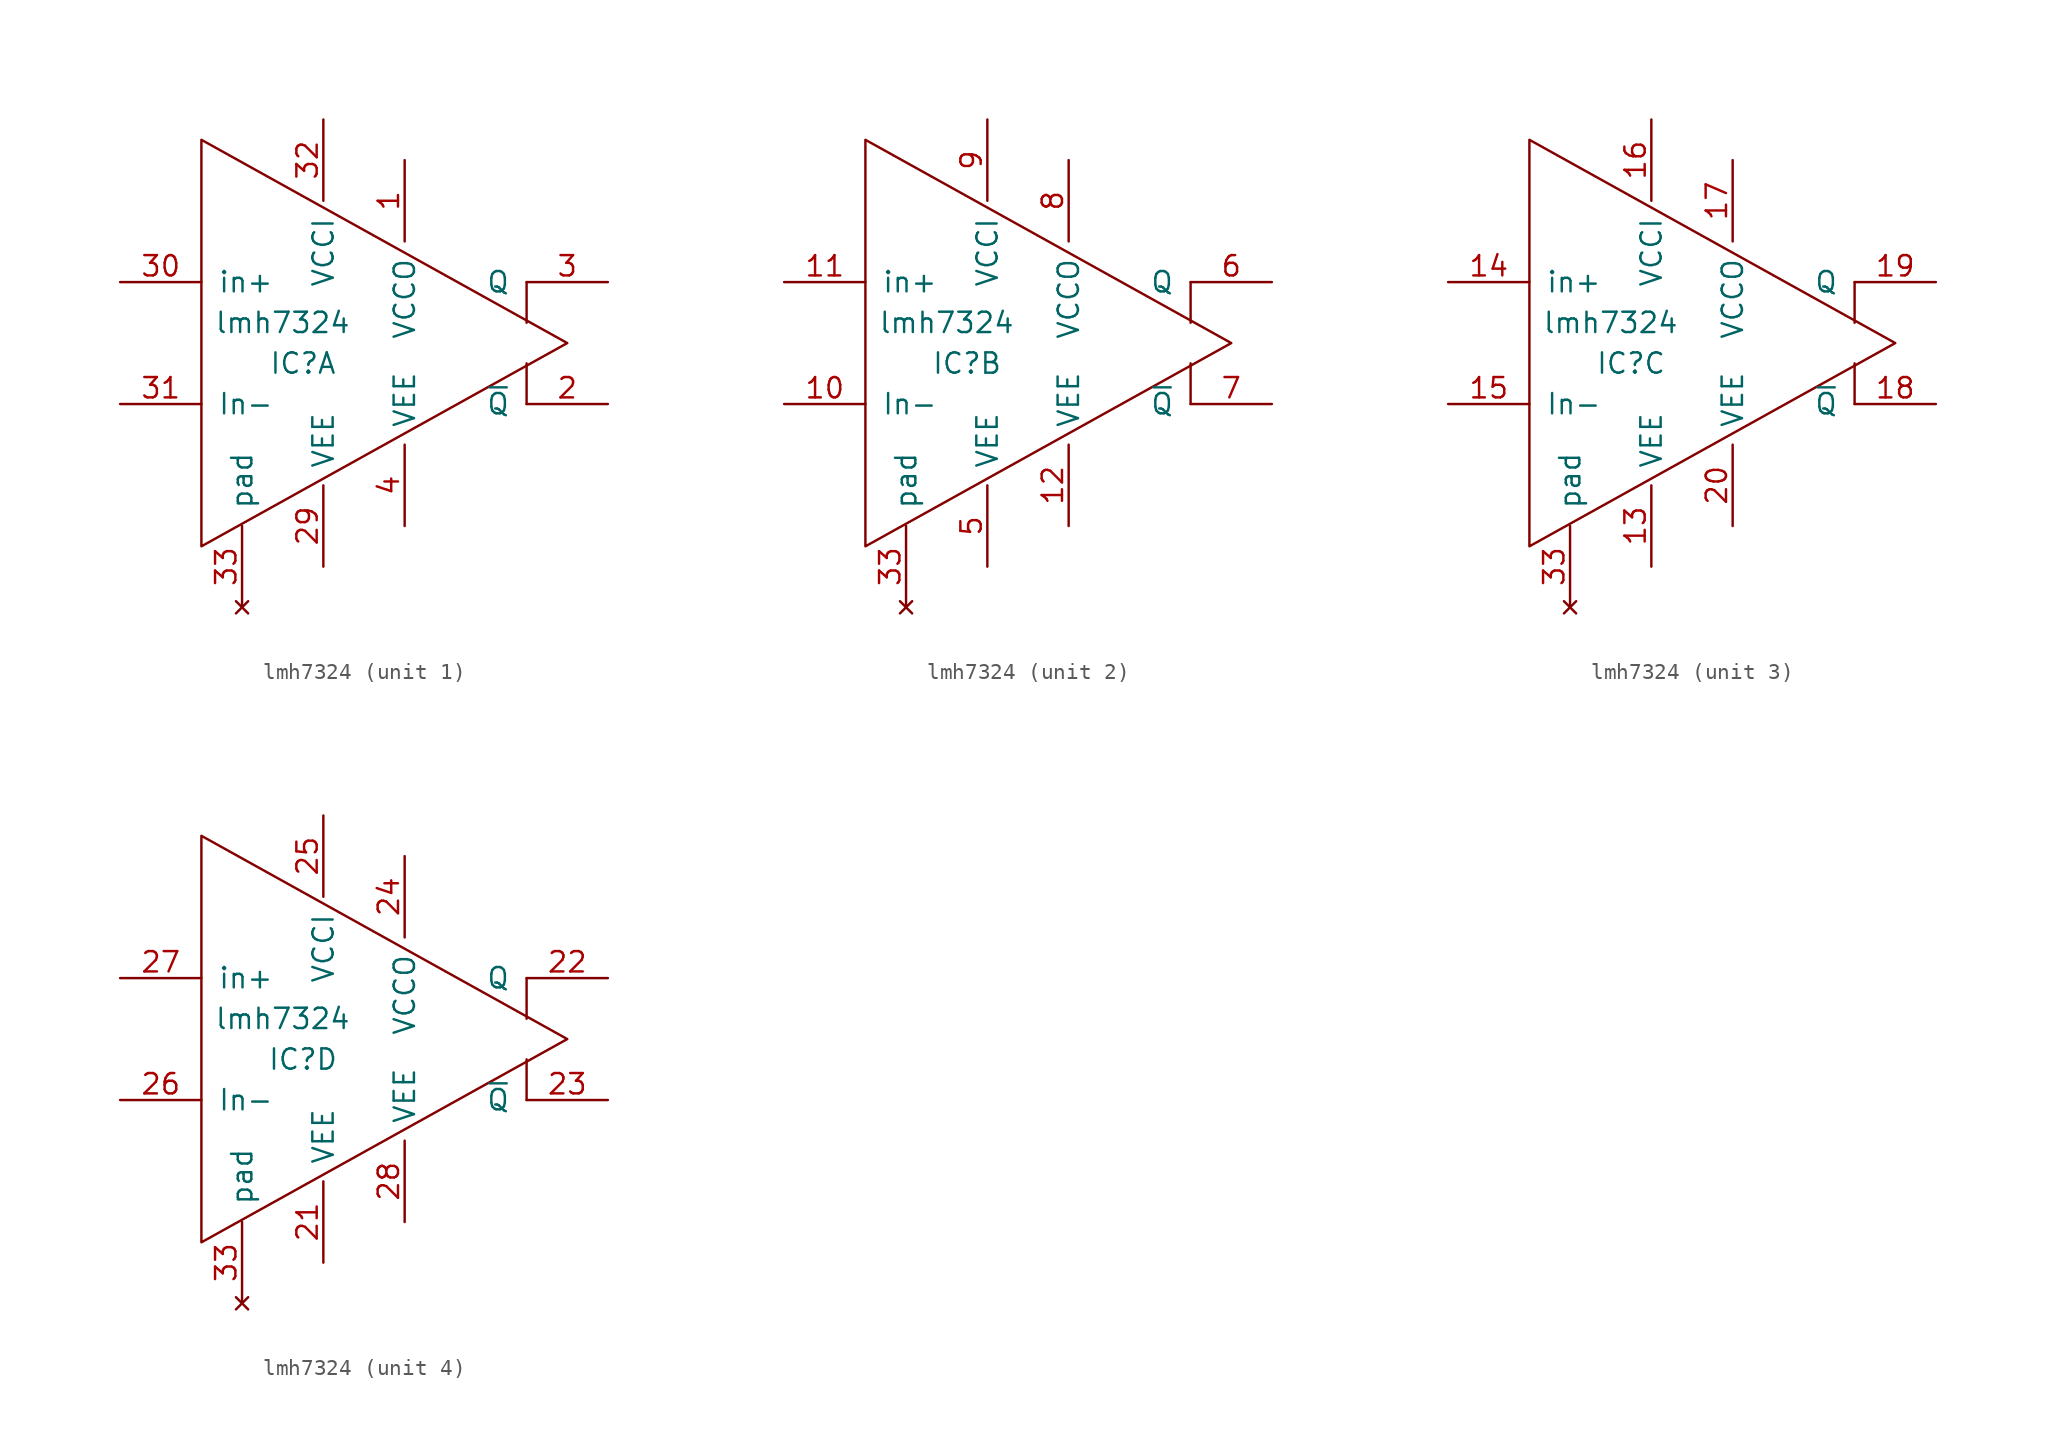
<source format=kicad_sym>
(kicad_symbol_lib
  (version 20211014)
  (generator kicad_symbol_editor)
  (symbol "lmh7324"
    (pin_names
      (offset 1.016))
    (property "Reference" "IC"
      (at 6.35 -5.08 0)
      (effects (font (size 1.27 1.27))))
    (property "Value" "lmh7324"
      (at 5.08 -2.54 0)
      (effects (font (size 1.27 1.27))))
    (symbol "lmh7324_0_1"
      (polyline (pts (xy 20.32 -7.62) (xy 20.32 -5.08)) (stroke (width 0) (type default) (color 0 0 0 0)) (fill (type none)))
      (polyline (pts (xy 20.32 0) (xy 20.32 -2.54)) (stroke (width 0) (type default) (color 0 0 0 0)) (fill (type none)))
      (polyline (pts (xy 22.86 -3.81) (xy 0 8.89) (xy 0 -16.51) (xy 22.86 -3.81)) (stroke (width 0) (type default) (color 0 0 0 0)) (fill (type none)))
      (pin no_connect line (at 2.54 -20.32 90) (length 5.08) (name "pad" (effects (font (size 1.27 1.27)))) (number "33" (effects (font (size 1.27 1.27))))))
    (symbol "lmh7324_1_1"
      (pin power_in line (at 12.7 7.62 270) (length 5.08) (name "VCCO" (effects (font (size 1.27 1.27)))) (number "1" (effects (font (size 1.27 1.27)))))
      (pin output line (at 25.4 -7.62 180) (length 5.08) (name "~{Q}" (effects (font (size 1.27 1.27)))) (number "2" (effects (font (size 1.27 1.27)))))
      (pin power_in line (at 7.62 -17.78 90) (length 5.08) (name "VEE" (effects (font (size 1.27 1.27)))) (number "29" (effects (font (size 1.27 1.27)))))
      (pin output line (at 25.4 0 180) (length 5.08) (name "Q" (effects (font (size 1.27 1.27)))) (number "3" (effects (font (size 1.27 1.27)))))
      (pin input line (at -5.08 0 0) (length 5.08) (name "in+" (effects (font (size 1.27 1.27)))) (number "30" (effects (font (size 1.27 1.27)))))
      (pin input line (at -5.08 -7.62 0) (length 5.08) (name "In-" (effects (font (size 1.27 1.27)))) (number "31" (effects (font (size 1.27 1.27)))))
      (pin power_in line (at 7.62 10.16 270) (length 5.08) (name "VCCI" (effects (font (size 1.27 1.27)))) (number "32" (effects (font (size 1.27 1.27)))))
      (pin power_in line (at 12.7 -15.24 90) (length 5.08) (name "VEE" (effects (font (size 1.27 1.27)))) (number "4" (effects (font (size 1.27 1.27))))))
    (symbol "lmh7324_2_1"
      (pin input line (at -5.08 -7.62 0) (length 5.08) (name "In-" (effects (font (size 1.27 1.27)))) (number "10" (effects (font (size 1.27 1.27)))))
      (pin input line (at -5.08 0 0) (length 5.08) (name "in+" (effects (font (size 1.27 1.27)))) (number "11" (effects (font (size 1.27 1.27)))))
      (pin power_in line (at 12.7 -15.24 90) (length 5.08) (name "VEE" (effects (font (size 1.27 1.27)))) (number "12" (effects (font (size 1.27 1.27)))))
      (pin power_in line (at 7.62 -17.78 90) (length 5.08) (name "VEE" (effects (font (size 1.27 1.27)))) (number "5" (effects (font (size 1.27 1.27)))))
      (pin output line (at 25.4 0 180) (length 5.08) (name "Q" (effects (font (size 1.27 1.27)))) (number "6" (effects (font (size 1.27 1.27)))))
      (pin output line (at 25.4 -7.62 180) (length 5.08) (name "~{Q}" (effects (font (size 1.27 1.27)))) (number "7" (effects (font (size 1.27 1.27)))))
      (pin power_in line (at 12.7 7.62 270) (length 5.08) (name "VCCO" (effects (font (size 1.27 1.27)))) (number "8" (effects (font (size 1.27 1.27)))))
      (pin power_in line (at 7.62 10.16 270) (length 5.08) (name "VCCI" (effects (font (size 1.27 1.27)))) (number "9" (effects (font (size 1.27 1.27))))))
    (symbol "lmh7324_3_1"
      (pin power_in line (at 7.62 -17.78 90) (length 5.08) (name "VEE" (effects (font (size 1.27 1.27)))) (number "13" (effects (font (size 1.27 1.27)))))
      (pin input line (at -5.08 0 0) (length 5.08) (name "in+" (effects (font (size 1.27 1.27)))) (number "14" (effects (font (size 1.27 1.27)))))
      (pin input line (at -5.08 -7.62 0) (length 5.08) (name "In-" (effects (font (size 1.27 1.27)))) (number "15" (effects (font (size 1.27 1.27)))))
      (pin power_in line (at 7.62 10.16 270) (length 5.08) (name "VCCI" (effects (font (size 1.27 1.27)))) (number "16" (effects (font (size 1.27 1.27)))))
      (pin power_in line (at 12.7 7.62 270) (length 5.08) (name "VCCO" (effects (font (size 1.27 1.27)))) (number "17" (effects (font (size 1.27 1.27)))))
      (pin output line (at 25.4 -7.62 180) (length 5.08) (name "~{Q}" (effects (font (size 1.27 1.27)))) (number "18" (effects (font (size 1.27 1.27)))))
      (pin output line (at 25.4 0 180) (length 5.08) (name "Q" (effects (font (size 1.27 1.27)))) (number "19" (effects (font (size 1.27 1.27)))))
      (pin power_in line (at 12.7 -15.24 90) (length 5.08) (name "VEE" (effects (font (size 1.27 1.27)))) (number "20" (effects (font (size 1.27 1.27))))))
    (symbol "lmh7324_4_1"
      (pin power_in line (at 7.62 -17.78 90) (length 5.08) (name "VEE" (effects (font (size 1.27 1.27)))) (number "21" (effects (font (size 1.27 1.27)))))
      (pin output line (at 25.4 0 180) (length 5.08) (name "Q" (effects (font (size 1.27 1.27)))) (number "22" (effects (font (size 1.27 1.27)))))
      (pin output line (at 25.4 -7.62 180) (length 5.08) (name "~{Q}" (effects (font (size 1.27 1.27)))) (number "23" (effects (font (size 1.27 1.27)))))
      (pin power_in line (at 12.7 7.62 270) (length 5.08) (name "VCCO" (effects (font (size 1.27 1.27)))) (number "24" (effects (font (size 1.27 1.27)))))
      (pin power_in line (at 7.62 10.16 270) (length 5.08) (name "VCCI" (effects (font (size 1.27 1.27)))) (number "25" (effects (font (size 1.27 1.27)))))
      (pin input line (at -5.08 -7.62 0) (length 5.08) (name "In-" (effects (font (size 1.27 1.27)))) (number "26" (effects (font (size 1.27 1.27)))))
      (pin input line (at -5.08 0 0) (length 5.08) (name "in+" (effects (font (size 1.27 1.27)))) (number "27" (effects (font (size 1.27 1.27)))))
      (pin power_in line (at 12.7 -15.24 90) (length 5.08) (name "VEE" (effects (font (size 1.27 1.27)))) (number "28" (effects (font (size 1.27 1.27))))))))
</source>
